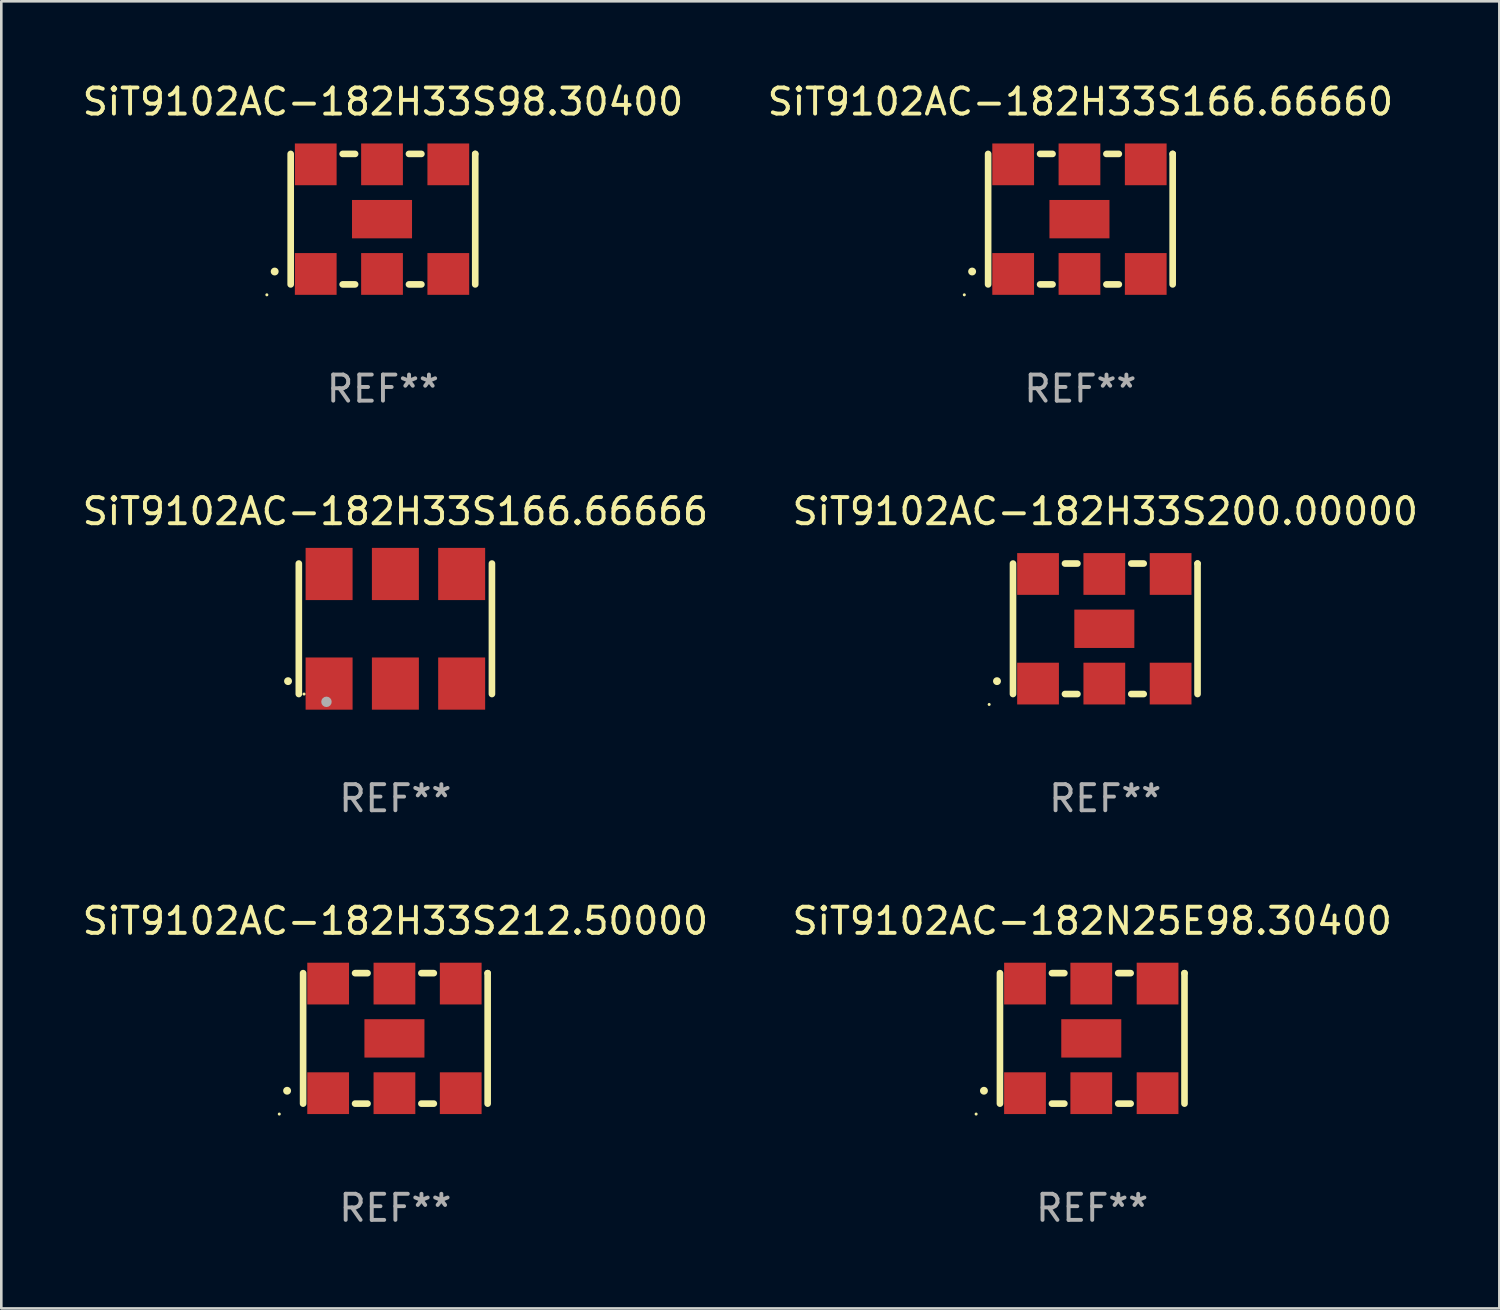
<source format=kicad_pcb>
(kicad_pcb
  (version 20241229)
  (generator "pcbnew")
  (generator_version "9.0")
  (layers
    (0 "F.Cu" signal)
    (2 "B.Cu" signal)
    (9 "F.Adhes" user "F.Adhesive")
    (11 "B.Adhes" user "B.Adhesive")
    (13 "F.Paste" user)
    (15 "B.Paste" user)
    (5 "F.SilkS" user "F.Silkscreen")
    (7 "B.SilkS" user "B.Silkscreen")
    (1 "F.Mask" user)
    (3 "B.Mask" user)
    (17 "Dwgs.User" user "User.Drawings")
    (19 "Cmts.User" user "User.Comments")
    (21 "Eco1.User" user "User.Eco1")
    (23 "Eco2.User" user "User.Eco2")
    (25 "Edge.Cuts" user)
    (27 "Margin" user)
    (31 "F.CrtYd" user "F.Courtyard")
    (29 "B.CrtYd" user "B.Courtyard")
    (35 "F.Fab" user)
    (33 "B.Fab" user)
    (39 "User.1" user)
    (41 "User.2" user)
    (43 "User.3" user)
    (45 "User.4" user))
  (footprint "SiT9102AC-182H33S166.66666"
    (layer "F.Cu")
    (at 12.101 21.045)
    (property "Reference" "SiT9102AC-182H33S166.66666" (at 0 -4.5 0) (layer "F.SilkS") (effects (font (size 1 1) (thickness 0.15))))
    (attr through_hole)
    (fp_line (start -3.7 -2.5) (end -3.7 2.5) (stroke (width 0.254) (type solid)) (layer "F.SilkS"))
    (fp_line (start 3.7 -2.5) (end 3.7 2.5) (stroke (width 0.254) (type solid)) (layer "F.SilkS"))
    (fp_arc (start -4.114415 2.006604) (mid -4.113145 2.006599) (end -4.111875 2.006604) (stroke (width 0.3) (type solid)) (layer "F.SilkS"))
    (fp_circle (center -3.5 2.501) (end -3.47 2.501) (stroke (width 0.06) (type solid)) (fill no) (layer "F.SilkS"))
    (fp_circle (center -2.641 2.799) (end -2.541 2.799) (stroke (width 0.2) (type solid)) (fill no) (layer "F.Fab"))
    (fp_text user "REF**" (at 0 6.5 0) (layer "F.Fab") (effects (font (size 1 1) (thickness 0.15))))
    (pad "1" smd rect (at -2.54 2.1) (size 1.8 2) (layers "F.Cu" "F.Mask" "F.Paste"))
    (pad "2" smd rect (at 0.000394 2.1) (size 1.8 2) (layers "F.Cu" "F.Mask" "F.Paste"))
    (pad "3" smd rect (at 2.54 2.1) (size 1.8 2) (layers "F.Cu" "F.Mask" "F.Paste"))
    (pad "4" smd rect (at 2.54 -2.1) (size 1.8 2) (layers "F.Cu" "F.Mask" "F.Paste"))
    (pad "5" smd rect (at 0.000394 -2.1) (size 1.8 2) (layers "F.Cu" "F.Mask" "F.Paste"))
    (pad "6" smd rect (at -2.54 -2.1) (size 1.8 2) (layers "F.Cu" "F.Mask" "F.Paste")))
  (footprint "SiT9102AC-182H33S212.50000"
    (layer "F.Cu")
    (at 12.101 36.741)
    (property "Reference" "SiT9102AC-182H33S212.50000" (at 0 -4.5 0) (layer "F.SilkS") (effects (font (size 1 1) (thickness 0.15))))
    (attr through_hole)
    (fp_line (start -3.536 -2.5) (end -3.536 2.5) (stroke (width 0.254) (type solid)) (layer "F.SilkS"))
    (fp_line (start -1.544 2.5) (end -1.067 2.5) (stroke (width 0.254) (type solid)) (layer "F.SilkS"))
    (fp_line (start -1.067 -2.5) (end -1.544 -2.5) (stroke (width 0.254) (type solid)) (layer "F.SilkS"))
    (fp_line (start 0.996 2.5) (end 1.473 2.5) (stroke (width 0.254) (type solid)) (layer "F.SilkS"))
    (fp_line (start 1.473 -2.5) (end 0.996 -2.5) (stroke (width 0.254) (type solid)) (layer "F.SilkS"))
    (fp_line (start 3.536 -2.5) (end 3.536 -2.5) (stroke (width 0.254) (type solid)) (layer "F.SilkS"))
    (fp_line (start 3.536 2.5) (end 3.536 -2.5) (stroke (width 0.254) (type solid)) (layer "F.SilkS"))
    (fp_arc (start -4.150432 2.006604) (mid -4.149162 2.006599) (end -4.147892 2.006604) (stroke (width 0.3) (type solid)) (layer "F.SilkS"))
    (fp_circle (center -4.449 2.9) (end -4.419 2.9) (stroke (width 0.06) (type solid)) (fill no) (layer "F.SilkS"))
    (fp_text user "REF**" (at 0 6.5 0) (layer "F.Fab") (effects (font (size 1 1) (thickness 0.15))))
    (pad "1" smd rect (at -2.576 2.1) (size 1.6 1.6) (layers "F.Cu" "F.Mask" "F.Paste"))
    (pad "2" smd rect (at -0.036 2.1) (size 1.6 1.6) (layers "F.Cu" "F.Mask" "F.Paste"))
    (pad "3" smd rect (at 2.504 2.1) (size 1.6 1.6) (layers "F.Cu" "F.Mask" "F.Paste"))
    (pad "4" smd rect (at 2.504 -2.1) (size 1.6 1.6) (layers "F.Cu" "F.Mask" "F.Paste"))
    (pad "5" smd rect (at -0.036 -2.1) (size 1.6 1.6) (layers "F.Cu" "F.Mask" "F.Paste"))
    (pad "6" smd rect (at -2.576 -2.1) (size 1.6 1.6) (layers "F.Cu" "F.Mask" "F.Paste"))
    (pad "7" smd rect (at -0.036 0) (size 2.3 1.47) (layers "F.Cu" "F.Mask" "F.Paste")))
  (footprint "SiT9102AC-182H33S98.30400"
    (layer "F.Cu")
    (at 11.625 5.348)
    (property "Reference" "SiT9102AC-182H33S98.30400" (at 0 -4.5 0) (layer "F.SilkS") (effects (font (size 1 1) (thickness 0.15))))
    (attr through_hole)
    (fp_line (start -3.536 -2.5) (end -3.536 2.5) (stroke (width 0.254) (type solid)) (layer "F.SilkS"))
    (fp_line (start -1.544 2.5) (end -1.067 2.5) (stroke (width 0.254) (type solid)) (layer "F.SilkS"))
    (fp_line (start -1.067 -2.5) (end -1.544 -2.5) (stroke (width 0.254) (type solid)) (layer "F.SilkS"))
    (fp_line (start 0.996 2.5) (end 1.473 2.5) (stroke (width 0.254) (type solid)) (layer "F.SilkS"))
    (fp_line (start 1.473 -2.5) (end 0.996 -2.5) (stroke (width 0.254) (type solid)) (layer "F.SilkS"))
    (fp_line (start 3.536 -2.5) (end 3.536 -2.5) (stroke (width 0.254) (type solid)) (layer "F.SilkS"))
    (fp_line (start 3.536 2.5) (end 3.536 -2.5) (stroke (width 0.254) (type solid)) (layer "F.SilkS"))
    (fp_arc (start -4.150432 2.006604) (mid -4.149162 2.006599) (end -4.147892 2.006604) (stroke (width 0.3) (type solid)) (layer "F.SilkS"))
    (fp_circle (center -4.449 2.9) (end -4.419 2.9) (stroke (width 0.06) (type solid)) (fill no) (layer "F.SilkS"))
    (fp_text user "REF**" (at 0 6.5 0) (layer "F.Fab") (effects (font (size 1 1) (thickness 0.15))))
    (pad "1" smd rect (at -2.576 2.1) (size 1.6 1.6) (layers "F.Cu" "F.Mask" "F.Paste"))
    (pad "2" smd rect (at -0.036 2.1) (size 1.6 1.6) (layers "F.Cu" "F.Mask" "F.Paste"))
    (pad "3" smd rect (at 2.504 2.1) (size 1.6 1.6) (layers "F.Cu" "F.Mask" "F.Paste"))
    (pad "4" smd rect (at 2.504 -2.1) (size 1.6 1.6) (layers "F.Cu" "F.Mask" "F.Paste"))
    (pad "5" smd rect (at -0.036 -2.1) (size 1.6 1.6) (layers "F.Cu" "F.Mask" "F.Paste"))
    (pad "6" smd rect (at -2.576 -2.1) (size 1.6 1.6) (layers "F.Cu" "F.Mask" "F.Paste"))
    (pad "7" smd rect (at -0.036 0) (size 2.3 1.47) (layers "F.Cu" "F.Mask" "F.Paste")))
  (footprint "SiT9102AC-182H33S200.00000"
    (layer "F.Cu")
    (at 39.304 21.045)
    (property "Reference" "SiT9102AC-182H33S200.00000" (at 0 -4.5 0) (layer "F.SilkS") (effects (font (size 1 1) (thickness 0.15))))
    (attr through_hole)
    (fp_line (start -3.536 -2.5) (end -3.536 2.5) (stroke (width 0.254) (type solid)) (layer "F.SilkS"))
    (fp_line (start -1.544 2.5) (end -1.067 2.5) (stroke (width 0.254) (type solid)) (layer "F.SilkS"))
    (fp_line (start -1.067 -2.5) (end -1.544 -2.5) (stroke (width 0.254) (type solid)) (layer "F.SilkS"))
    (fp_line (start 0.996 2.5) (end 1.473 2.5) (stroke (width 0.254) (type solid)) (layer "F.SilkS"))
    (fp_line (start 1.473 -2.5) (end 0.996 -2.5) (stroke (width 0.254) (type solid)) (layer "F.SilkS"))
    (fp_line (start 3.536 -2.5) (end 3.536 -2.5) (stroke (width 0.254) (type solid)) (layer "F.SilkS"))
    (fp_line (start 3.536 2.5) (end 3.536 -2.5) (stroke (width 0.254) (type solid)) (layer "F.SilkS"))
    (fp_arc (start -4.150432 2.006604) (mid -4.149162 2.006599) (end -4.147892 2.006604) (stroke (width 0.3) (type solid)) (layer "F.SilkS"))
    (fp_circle (center -4.449 2.9) (end -4.419 2.9) (stroke (width 0.06) (type solid)) (fill no) (layer "F.SilkS"))
    (fp_text user "REF**" (at 0 6.5 0) (layer "F.Fab") (effects (font (size 1 1) (thickness 0.15))))
    (pad "1" smd rect (at -2.576 2.1) (size 1.6 1.6) (layers "F.Cu" "F.Mask" "F.Paste"))
    (pad "2" smd rect (at -0.036 2.1) (size 1.6 1.6) (layers "F.Cu" "F.Mask" "F.Paste"))
    (pad "3" smd rect (at 2.504 2.1) (size 1.6 1.6) (layers "F.Cu" "F.Mask" "F.Paste"))
    (pad "4" smd rect (at 2.504 -2.1) (size 1.6 1.6) (layers "F.Cu" "F.Mask" "F.Paste"))
    (pad "5" smd rect (at -0.036 -2.1) (size 1.6 1.6) (layers "F.Cu" "F.Mask" "F.Paste"))
    (pad "6" smd rect (at -2.576 -2.1) (size 1.6 1.6) (layers "F.Cu" "F.Mask" "F.Paste"))
    (pad "7" smd rect (at -0.036 0) (size 2.3 1.47) (layers "F.Cu" "F.Mask" "F.Paste")))
  (footprint "SiT9102AC-182H33S166.66660"
    (layer "F.Cu")
    (at 38.351 5.348)
    (property "Reference" "SiT9102AC-182H33S166.66660" (at 0 -4.5 0) (layer "F.SilkS") (effects (font (size 1 1) (thickness 0.15))))
    (attr through_hole)
    (fp_line (start -3.536 -2.5) (end -3.536 2.5) (stroke (width 0.254) (type solid)) (layer "F.SilkS"))
    (fp_line (start -1.544 2.5) (end -1.067 2.5) (stroke (width 0.254) (type solid)) (layer "F.SilkS"))
    (fp_line (start -1.067 -2.5) (end -1.544 -2.5) (stroke (width 0.254) (type solid)) (layer "F.SilkS"))
    (fp_line (start 0.996 2.5) (end 1.473 2.5) (stroke (width 0.254) (type solid)) (layer "F.SilkS"))
    (fp_line (start 1.473 -2.5) (end 0.996 -2.5) (stroke (width 0.254) (type solid)) (layer "F.SilkS"))
    (fp_line (start 3.536 -2.5) (end 3.536 -2.5) (stroke (width 0.254) (type solid)) (layer "F.SilkS"))
    (fp_line (start 3.536 2.5) (end 3.536 -2.5) (stroke (width 0.254) (type solid)) (layer "F.SilkS"))
    (fp_arc (start -4.150432 2.006604) (mid -4.149162 2.006599) (end -4.147892 2.006604) (stroke (width 0.3) (type solid)) (layer "F.SilkS"))
    (fp_circle (center -4.449 2.9) (end -4.419 2.9) (stroke (width 0.06) (type solid)) (fill no) (layer "F.SilkS"))
    (fp_text user "REF**" (at 0 6.5 0) (layer "F.Fab") (effects (font (size 1 1) (thickness 0.15))))
    (pad "1" smd rect (at -2.576 2.1) (size 1.6 1.6) (layers "F.Cu" "F.Mask" "F.Paste"))
    (pad "2" smd rect (at -0.036 2.1) (size 1.6 1.6) (layers "F.Cu" "F.Mask" "F.Paste"))
    (pad "3" smd rect (at 2.504 2.1) (size 1.6 1.6) (layers "F.Cu" "F.Mask" "F.Paste"))
    (pad "4" smd rect (at 2.504 -2.1) (size 1.6 1.6) (layers "F.Cu" "F.Mask" "F.Paste"))
    (pad "5" smd rect (at -0.036 -2.1) (size 1.6 1.6) (layers "F.Cu" "F.Mask" "F.Paste"))
    (pad "6" smd rect (at -2.576 -2.1) (size 1.6 1.6) (layers "F.Cu" "F.Mask" "F.Paste"))
    (pad "7" smd rect (at -0.036 0) (size 2.3 1.47) (layers "F.Cu" "F.Mask" "F.Paste")))
  (footprint "SiT9102AC-182N25E98.30400"
    (layer "F.Cu")
    (at 38.804 36.741)
    (property "Reference" "SiT9102AC-182N25E98.30400" (at 0 -4.5 0) (layer "F.SilkS") (effects (font (size 1 1) (thickness 0.15))))
    (attr through_hole)
    (fp_line (start -3.536 -2.5) (end -3.536 2.5) (stroke (width 0.254) (type solid)) (layer "F.SilkS"))
    (fp_line (start -1.544 2.5) (end -1.067 2.5) (stroke (width 0.254) (type solid)) (layer "F.SilkS"))
    (fp_line (start -1.067 -2.5) (end -1.544 -2.5) (stroke (width 0.254) (type solid)) (layer "F.SilkS"))
    (fp_line (start 0.996 2.5) (end 1.473 2.5) (stroke (width 0.254) (type solid)) (layer "F.SilkS"))
    (fp_line (start 1.473 -2.5) (end 0.996 -2.5) (stroke (width 0.254) (type solid)) (layer "F.SilkS"))
    (fp_line (start 3.536 -2.5) (end 3.536 -2.5) (stroke (width 0.254) (type solid)) (layer "F.SilkS"))
    (fp_line (start 3.536 2.5) (end 3.536 -2.5) (stroke (width 0.254) (type solid)) (layer "F.SilkS"))
    (fp_arc (start -4.150432 2.006604) (mid -4.149162 2.006599) (end -4.147892 2.006604) (stroke (width 0.3) (type solid)) (layer "F.SilkS"))
    (fp_circle (center -4.449 2.9) (end -4.419 2.9) (stroke (width 0.06) (type solid)) (fill no) (layer "F.SilkS"))
    (fp_text user "REF**" (at 0 6.5 0) (layer "F.Fab") (effects (font (size 1 1) (thickness 0.15))))
    (pad "1" smd rect (at -2.576 2.1) (size 1.6 1.6) (layers "F.Cu" "F.Mask" "F.Paste"))
    (pad "2" smd rect (at -0.036 2.1) (size 1.6 1.6) (layers "F.Cu" "F.Mask" "F.Paste"))
    (pad "3" smd rect (at 2.504 2.1) (size 1.6 1.6) (layers "F.Cu" "F.Mask" "F.Paste"))
    (pad "4" smd rect (at 2.504 -2.1) (size 1.6 1.6) (layers "F.Cu" "F.Mask" "F.Paste"))
    (pad "5" smd rect (at -0.036 -2.1) (size 1.6 1.6) (layers "F.Cu" "F.Mask" "F.Paste"))
    (pad "6" smd rect (at -2.576 -2.1) (size 1.6 1.6) (layers "F.Cu" "F.Mask" "F.Paste"))
    (pad "7" smd rect (at -0.036 0) (size 2.3 1.47) (layers "F.Cu" "F.Mask" "F.Paste")))
  (gr_rect
    (start -3 -3)
    (end 54.405 47.09)
    (stroke (width 0.1) (type default))
    (fill no)
    (layer "Edge.Cuts")))
</source>
